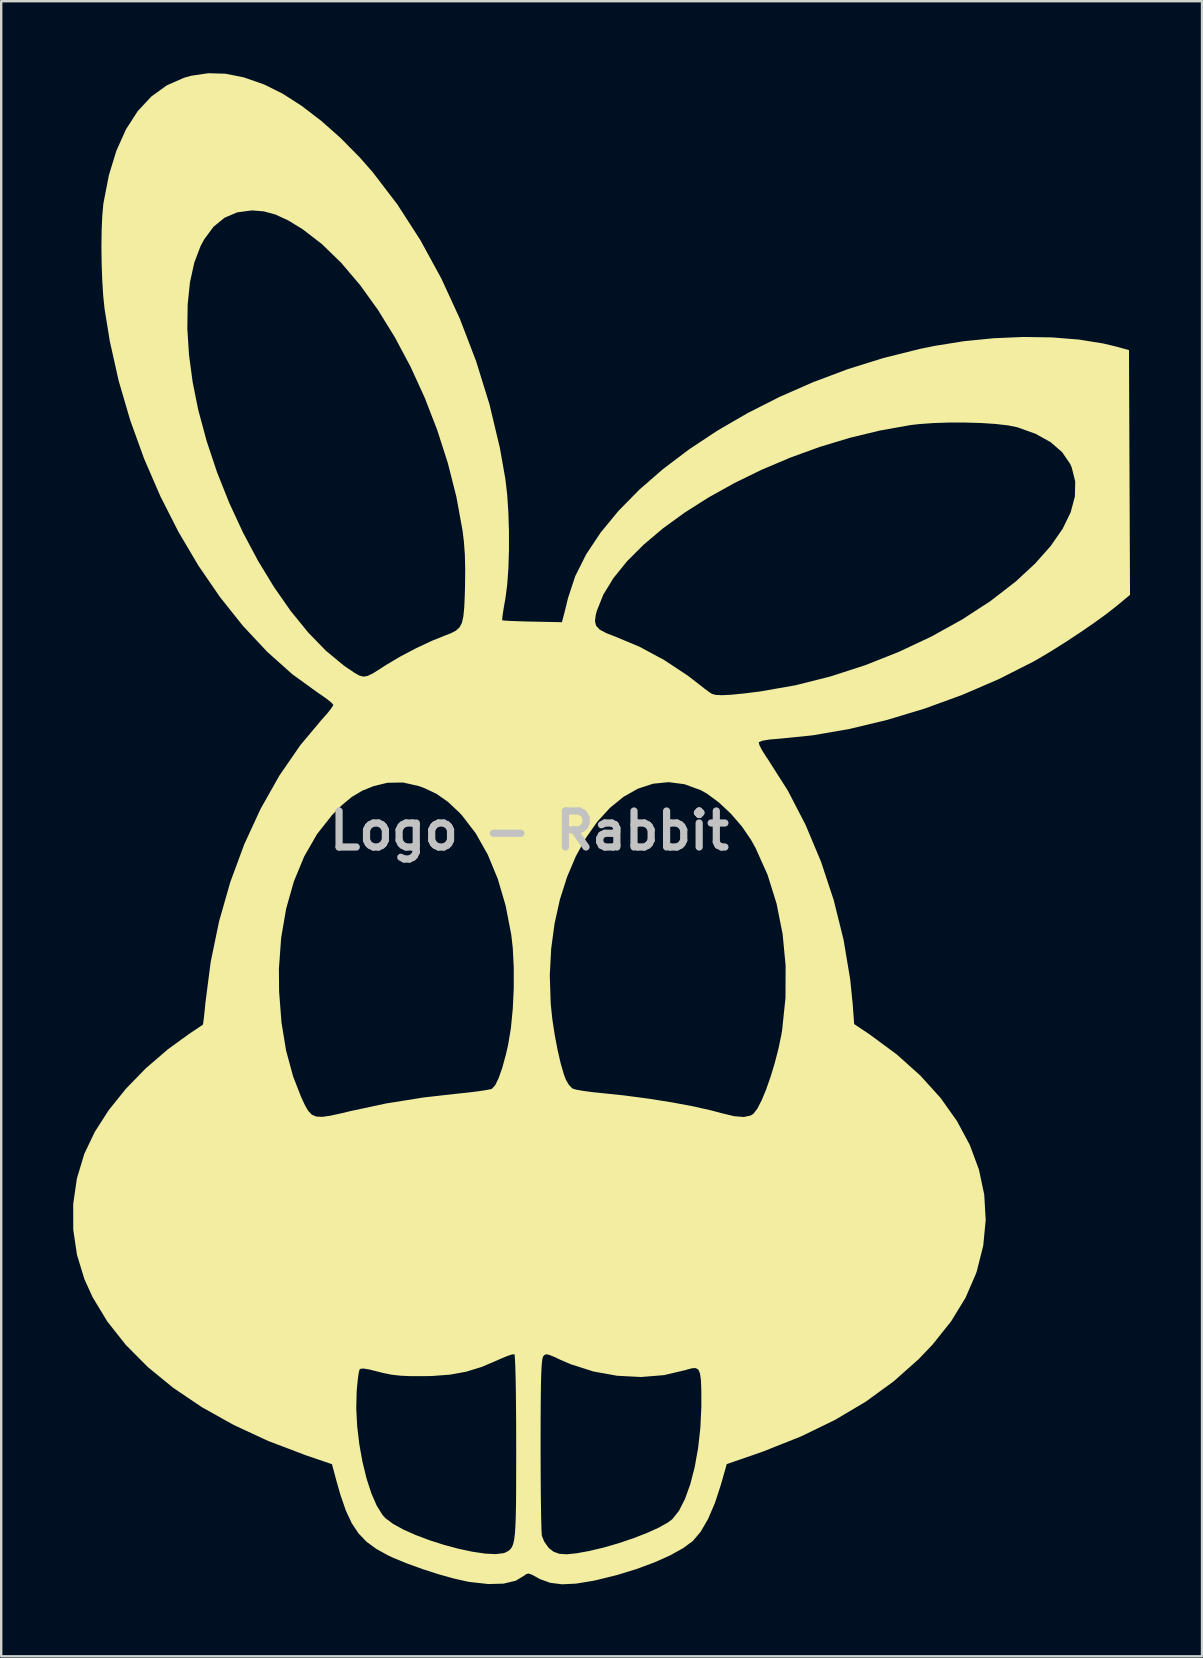
<source format=kicad_pcb>
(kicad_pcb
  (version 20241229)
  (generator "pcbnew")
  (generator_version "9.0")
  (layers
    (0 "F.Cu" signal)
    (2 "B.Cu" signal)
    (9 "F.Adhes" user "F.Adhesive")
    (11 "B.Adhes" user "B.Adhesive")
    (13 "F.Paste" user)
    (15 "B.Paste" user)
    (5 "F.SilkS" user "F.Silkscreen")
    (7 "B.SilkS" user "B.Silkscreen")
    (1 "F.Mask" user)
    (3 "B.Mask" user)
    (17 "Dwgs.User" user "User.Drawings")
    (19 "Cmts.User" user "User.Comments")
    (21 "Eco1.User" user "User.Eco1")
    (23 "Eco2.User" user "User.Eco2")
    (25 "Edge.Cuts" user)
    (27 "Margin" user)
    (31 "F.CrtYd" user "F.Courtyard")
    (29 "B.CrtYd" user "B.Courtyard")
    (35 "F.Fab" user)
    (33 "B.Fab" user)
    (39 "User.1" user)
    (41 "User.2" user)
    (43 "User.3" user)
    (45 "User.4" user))
  (footprint "Logo - Rabbit"
    (layer "F.Cu")
    (at 19.004 31.556)
    (property "Reference" "Logo - Rabbit" (at 0 0 0) (layer "Dwgs.User") (effects (font (size 1.5 1.5) (thickness 0.3))))
    (attr board_only exclude_from_pos_files exclude_from_bom)
    (fp_poly (pts (xy -12.658 -31.535) (xy -11.9 -31.383) (xy -11.075 -31.096) (xy -11.024 -31.074) (xy -10.277 -30.702) (xy -9.485 -30.194) (xy -8.67 -29.57) (xy -7.856 -28.848) (xy -7.067 -28.047) (xy -6.527 -27.433) (xy -5.496 -26.083) (xy -4.54 -24.599) (xy -3.669 -23.003) (xy -2.894 -21.318) (xy -2.222 -19.564) (xy -1.664 -17.765) (xy -1.229 -15.941) (xy -1.001 -14.647) (xy -0.926 -14.005) (xy -0.877 -13.268) (xy -0.852 -12.481) (xy -0.852 -11.685) (xy -0.876 -10.923) (xy -0.926 -10.239) (xy -1 -9.675) (xy -1.009 -9.627) (xy -1.071 -9.275) (xy -1.115 -8.99) (xy -1.135 -8.81) (xy -1.132 -8.767) (xy -1.041 -8.754) (xy -0.811 -8.74) (xy -0.473 -8.727) (xy -0.059 -8.715) (xy 0.126 -8.711) (xy 1.353 -8.686) (xy 1.366 -8.731) (xy 2.731 -8.731) (xy 2.78 -8.536) (xy 2.931 -8.377) (xy 3.208 -8.229) (xy 3.573 -8.088) (xy 4.593 -7.661) (xy 5.619 -7.108) (xy 6.594 -6.463) (xy 7.07 -6.096) (xy 7.307 -5.909) (xy 7.512 -5.76) (xy 7.604 -5.701) (xy 7.76 -5.658) (xy 8.024 -5.646) (xy 8.41 -5.665) (xy 8.933 -5.717) (xy 9.606 -5.801) (xy 9.652 -5.808) (xy 11.086 -6.06) (xy 12.536 -6.425) (xy 13.978 -6.892) (xy 15.388 -7.45) (xy 16.745 -8.089) (xy 18.024 -8.798) (xy 19.203 -9.565) (xy 20.259 -10.381) (xy 21.065 -11.128) (xy 21.717 -11.863) (xy 22.212 -12.576) (xy 22.547 -13.264) (xy 22.723 -13.922) (xy 22.738 -14.547) (xy 22.59 -15.136) (xy 22.523 -15.286) (xy 22.194 -15.768) (xy 21.713 -16.186) (xy 21.087 -16.534) (xy 20.323 -16.808) (xy 20.32 -16.808) (xy 19.939 -16.885) (xy 19.428 -16.944) (xy 18.824 -16.984) (xy 18.164 -17.004) (xy 17.486 -17.004) (xy 16.828 -16.982) (xy 16.227 -16.939) (xy 15.87 -16.897) (xy 14.606 -16.672) (xy 13.342 -16.366) (xy 12.091 -15.987) (xy 10.865 -15.542) (xy 9.678 -15.039) (xy 8.542 -14.485) (xy 7.469 -13.888) (xy 6.473 -13.256) (xy 5.565 -12.597) (xy 4.76 -11.917) (xy 4.068 -11.226) (xy 3.504 -10.529) (xy 3.079 -9.836) (xy 2.806 -9.153) (xy 2.763 -8.985) (xy 2.731 -8.731) (xy 1.366 -8.731) (xy 1.41 -8.894) (xy 1.458 -9.081) (xy 1.53 -9.369) (xy 1.607 -9.688) (xy 1.907 -10.6) (xy 2.365 -11.515) (xy 2.971 -12.426) (xy 3.713 -13.326) (xy 4.58 -14.208) (xy 5.563 -15.063) (xy 6.649 -15.885) (xy 7.829 -16.666) (xy 9.091 -17.398) (xy 10.424 -18.074) (xy 11.818 -18.686) (xy 13.262 -19.228) (xy 14.745 -19.692) (xy 16.256 -20.069) (xy 16.869 -20.195) (xy 18.096 -20.392) (xy 19.342 -20.516) (xy 20.576 -20.569) (xy 21.768 -20.551) (xy 22.885 -20.461) (xy 23.898 -20.299) (xy 24.426 -20.173) (xy 24.977 -20.021) (xy 24.998 -14.924) (xy 25.02 -9.826) (xy 24.448 -9.351) (xy 24.044 -9.034) (xy 23.531 -8.663) (xy 22.949 -8.262) (xy 22.338 -7.86) (xy 21.737 -7.481) (xy 21.187 -7.154) (xy 20.99 -7.043) (xy 19.558 -6.317) (xy 18.042 -5.663) (xy 16.476 -5.092) (xy 14.891 -4.613) (xy 13.32 -4.237) (xy 11.795 -3.973) (xy 10.47 -3.839) (xy 10.007 -3.799) (xy 9.703 -3.749) (xy 9.562 -3.691) (xy 9.554 -3.678) (xy 9.581 -3.565) (xy 9.69 -3.355) (xy 9.858 -3.088) (xy 9.924 -2.993) (xy 10.762 -1.677) (xy 11.506 -0.24) (xy 12.148 1.291) (xy 12.677 2.89) (xy 13.085 4.532) (xy 13.363 6.189) (xy 13.468 7.226) (xy 13.528 8.054) (xy 14.173 8.486) (xy 15.301 9.318) (xy 16.286 10.2) (xy 17.124 11.127) (xy 17.811 12.093) (xy 18.346 13.091) (xy 18.726 14.115) (xy 18.947 15.159) (xy 19.008 16.217) (xy 18.906 17.283) (xy 18.637 18.35) (xy 18.6 18.458) (xy 18.167 19.457) (xy 17.566 20.439) (xy 16.797 21.403) (xy 16.215 22.013) (xy 15.176 22.937) (xy 14.02 23.778) (xy 12.736 24.541) (xy 11.315 25.232) (xy 9.747 25.856) (xy 9.359 25.993) (xy 8.22 26.385) (xy 7.982 27.226) (xy 7.727 28.009) (xy 7.44 28.676) (xy 7.131 29.207) (xy 6.808 29.588) (xy 6.802 29.593) (xy 6.4 29.889) (xy 5.857 30.19) (xy 5.199 30.483) (xy 4.454 30.759) (xy 3.649 31.006) (xy 2.81 31.213) (xy 2.648 31.248) (xy 1.943 31.364) (xy 1.359 31.392) (xy 0.869 31.331) (xy 0.448 31.179) (xy 0.336 31.118) (xy 0.102 30.989) (xy -0.039 30.943) (xy -0.139 30.971) (xy -0.201 31.021) (xy -0.571 31.244) (xy -1.074 31.364) (xy -1.708 31.382) (xy -2.471 31.297) (xy -2.606 31.274) (xy -3.143 31.153) (xy -3.775 30.977) (xy -4.442 30.762) (xy -5.088 30.529) (xy -5.655 30.297) (xy -5.887 30.189) (xy -6.381 29.916) (xy -6.787 29.618) (xy -7.121 29.27) (xy -7.402 28.846) (xy -7.646 28.322) (xy -7.871 27.672) (xy -8.034 27.101) (xy -8.225 26.389) (xy -9.309 26.019) (xy -10.871 25.426) (xy -12.317 24.756) (xy -13.557 24.063) (xy -7.213 24.063) (xy -7.175 24.805) (xy -7.086 25.557) (xy -6.954 26.293) (xy -6.785 26.983) (xy -6.585 27.601) (xy -6.36 28.118) (xy -6.117 28.507) (xy -5.998 28.637) (xy -5.683 28.873) (xy -5.252 29.111) (xy -4.736 29.341) (xy -4.161 29.557) (xy -3.557 29.75) (xy -2.951 29.912) (xy -2.371 30.036) (xy -1.846 30.113) (xy -1.405 30.135) (xy -1.074 30.095) (xy -0.969 30.054) (xy -0.874 29.999) (xy -0.794 29.933) (xy -0.729 29.843) (xy -0.676 29.714) (xy -0.635 29.53) (xy -0.604 29.278) (xy -0.582 28.943) (xy -0.567 28.509) (xy -0.557 27.962) (xy -0.553 27.288) (xy -0.551 26.471) (xy -0.55 25.663) (xy -0.551 25.575) (xy 0.466 25.575) (xy 0.467 26.342) (xy 0.471 27.065) (xy 0.476 27.723) (xy 0.484 28.299) (xy 0.493 28.772) (xy 0.503 29.122) (xy 0.514 29.332) (xy 0.52 29.374) (xy 0.616 29.612) (xy 0.785 29.853) (xy 0.822 29.892) (xy 1.015 30.04) (xy 1.25 30.122) (xy 1.559 30.142) (xy 1.969 30.1) (xy 2.478 30.007) (xy 3.095 29.861) (xy 3.727 29.678) (xy 4.341 29.47) (xy 4.907 29.25) (xy 5.392 29.029) (xy 5.766 28.82) (xy 5.954 28.677) (xy 6.23 28.331) (xy 6.48 27.839) (xy 6.701 27.225) (xy 6.885 26.512) (xy 7.027 25.723) (xy 7.121 24.882) (xy 7.162 24.01) (xy 7.163 23.841) (xy 7.16 23.289) (xy 7.145 22.886) (xy 7.108 22.615) (xy 7.041 22.454) (xy 6.933 22.386) (xy 6.777 22.391) (xy 6.562 22.449) (xy 6.507 22.467) (xy 5.611 22.678) (xy 4.649 22.757) (xy 3.656 22.705) (xy 2.667 22.527) (xy 1.717 22.224) (xy 1.315 22.05) (xy 1.002 21.905) (xy 0.805 21.828) (xy 0.687 21.812) (xy 0.614 21.85) (xy 0.574 21.898) (xy 0.546 21.974) (xy 0.523 22.127) (xy 0.504 22.369) (xy 0.49 22.714) (xy 0.479 23.175) (xy 0.472 23.763) (xy 0.467 24.493) (xy 0.466 25.377) (xy 0.466 25.575) (xy -0.551 25.575) (xy -0.552 24.837) (xy -0.557 24.079) (xy -0.564 23.404) (xy -0.574 22.828) (xy -0.587 22.365) (xy -0.601 22.032) (xy -0.616 21.844) (xy -0.627 21.807) (xy -0.734 21.819) (xy -0.951 21.893) (xy -1.236 22.013) (xy -1.325 22.055) (xy -1.996 22.34) (xy -2.637 22.537) (xy -3.304 22.658) (xy -4.053 22.715) (xy -4.445 22.722) (xy -4.976 22.72) (xy -5.389 22.701) (xy -5.736 22.661) (xy -6.069 22.595) (xy -6.3 22.536) (xy -6.671 22.443) (xy -6.908 22.404) (xy -7.038 22.415) (xy -7.075 22.445) (xy -7.108 22.57) (xy -7.145 22.821) (xy -7.179 23.155) (xy -7.196 23.36) (xy -7.213 24.063) (xy -13.557 24.063) (xy -13.641 24.016) (xy -14.836 23.21) (xy -15.895 22.343) (xy -16.813 21.42) (xy -17.583 20.446) (xy -18.199 19.427) (xy -18.538 18.68) (xy -18.847 17.669) (xy -19.003 16.615) (xy -19.004 15.545) (xy -18.851 14.486) (xy -18.544 13.466) (xy -18.534 13.442) (xy -18.105 12.545) (xy -17.526 11.642) (xy -16.815 10.756) (xy -15.988 9.904) (xy -15.065 9.109) (xy -14.182 8.468) (xy -13.919 8.293) (xy -13.717 8.157) (xy -13.611 8.086) (xy -13.604 8.081) (xy -13.586 7.993) (xy -13.558 7.773) (xy -13.524 7.457) (xy -13.499 7.184) (xy -13.313 5.745) (xy -10.435 5.745) (xy -10.428 6.689) (xy -10.328 7.99) (xy -10.134 9.165) (xy -9.844 10.234) (xy -9.512 11.087) (xy -9.355 11.425) (xy -9.216 11.669) (xy -9.066 11.827) (xy -8.878 11.908) (xy -8.624 11.919) (xy -8.277 11.868) (xy -7.809 11.765) (xy -7.478 11.685) (xy -5.962 11.36) (xy -4.4 11.111) (xy -3.057 10.959) (xy -2.588 10.91) (xy -2.17 10.859) (xy -1.836 10.81) (xy -1.619 10.769) (xy -1.56 10.749) (xy -1.424 10.599) (xy -1.277 10.296) (xy -1.125 9.857) (xy -0.973 9.298) (xy -0.886 8.914) (xy -0.771 8.221) (xy -0.693 7.417) (xy -0.652 6.558) (xy -0.652 6.026) (xy 0.849 6.026) (xy 0.886 7.17) (xy 0.892 7.259) (xy 0.956 7.859) (xy 1.052 8.492) (xy 1.17 9.115) (xy 1.301 9.684) (xy 1.437 10.154) (xy 1.515 10.362) (xy 1.64 10.581) (xy 1.785 10.733) (xy 1.803 10.743) (xy 1.952 10.787) (xy 2.228 10.836) (xy 2.589 10.885) (xy 2.932 10.921) (xy 3.953 11.028) (xy 4.964 11.162) (xy 5.931 11.315) (xy 6.82 11.481) (xy 7.595 11.656) (xy 8.001 11.766) (xy 8.533 11.893) (xy 8.937 11.925) (xy 9.224 11.862) (xy 9.334 11.79) (xy 9.493 11.581) (xy 9.672 11.235) (xy 9.86 10.782) (xy 10.046 10.252) (xy 10.221 9.675) (xy 10.374 9.081) (xy 10.495 8.499) (xy 10.529 8.297) (xy 10.668 6.958) (xy 10.673 5.619) (xy 10.548 4.303) (xy 10.295 3.034) (xy 9.92 1.835) (xy 9.426 0.73) (xy 9.235 0.385) (xy 8.857 -0.171) (xy 8.398 -0.703) (xy 7.898 -1.174) (xy 7.394 -1.546) (xy 7.134 -1.691) (xy 6.462 -1.937) (xy 5.798 -2.023) (xy 5.149 -1.958) (xy 4.522 -1.752) (xy 3.922 -1.414) (xy 3.356 -0.953) (xy 2.832 -0.38) (xy 2.354 0.298) (xy 1.931 1.071) (xy 1.568 1.929) (xy 1.271 2.862) (xy 1.049 3.863) (xy 0.906 4.92) (xy 0.849 6.026) (xy -0.652 6.026) (xy -0.652 5.699) (xy -0.692 4.896) (xy -0.755 4.338) (xy -0.989 3.127) (xy -1.317 2.009) (xy -1.734 0.999) (xy -2.233 0.112) (xy -2.808 -0.638) (xy -2.921 -0.759) (xy -3.4 -1.208) (xy -3.872 -1.537) (xy -4.396 -1.784) (xy -4.605 -1.86) (xy -5.265 -2.009) (xy -5.912 -1.998) (xy -6.494 -1.857) (xy -6.971 -1.663) (xy -7.398 -1.407) (xy -7.819 -1.059) (xy -8.217 -0.657) (xy -8.849 0.145) (xy -9.382 1.072) (xy -9.811 2.111) (xy -10.133 3.245) (xy -10.342 4.462) (xy -10.435 5.745) (xy -13.313 5.745) (xy -13.277 5.466) (xy -12.929 3.78) (xy -12.462 2.144) (xy -11.882 0.573) (xy -11.197 -0.913) (xy -10.414 -2.3) (xy -9.539 -3.569) (xy -8.652 -4.626) (xy -8.43 -4.875) (xy -8.263 -5.085) (xy -8.176 -5.219) (xy -8.17 -5.24) (xy -8.237 -5.326) (xy -8.416 -5.473) (xy -8.672 -5.655) (xy -8.784 -5.728) (xy -9.872 -6.515) (xy -10.925 -7.455) (xy -11.934 -8.534) (xy -12.892 -9.736) (xy -13.791 -11.047) (xy -14.622 -12.453) (xy -15.377 -13.94) (xy -16.049 -15.493) (xy -16.629 -17.098) (xy -17.11 -18.74) (xy -17.482 -20.404) (xy -17.563 -20.907) (xy -14.25 -20.907) (xy -14.18 -19.822) (xy -14.028 -18.685) (xy -13.797 -17.537) (xy -13.445 -16.23) (xy -13.011 -14.929) (xy -12.503 -13.654) (xy -11.931 -12.42) (xy -11.307 -11.247) (xy -10.64 -10.151) (xy -9.941 -9.15) (xy -9.219 -8.262) (xy -8.484 -7.504) (xy -7.747 -6.893) (xy -7.591 -6.784) (xy -7.305 -6.591) (xy -7.095 -6.468) (xy -6.922 -6.419) (xy -6.745 -6.446) (xy -6.527 -6.551) (xy -6.226 -6.739) (xy -5.979 -6.899) (xy -5.383 -7.254) (xy -4.71 -7.608) (xy -4.034 -7.923) (xy -3.528 -8.127) (xy -3.258 -8.232) (xy -3.056 -8.338) (xy -2.911 -8.472) (xy -2.813 -8.658) (xy -2.752 -8.923) (xy -2.715 -9.291) (xy -2.693 -9.787) (xy -2.683 -10.148) (xy -2.674 -10.882) (xy -2.689 -11.5) (xy -2.73 -12.056) (xy -2.789 -12.522) (xy -3.044 -13.916) (xy -3.397 -15.311) (xy -3.839 -16.688) (xy -4.359 -18.032) (xy -4.95 -19.325) (xy -5.602 -20.55) (xy -6.306 -21.691) (xy -7.053 -22.73) (xy -7.835 -23.651) (xy -8.642 -24.436) (xy -9.449 -25.058) (xy -10.046 -25.423) (xy -10.573 -25.667) (xy -11.065 -25.802) (xy -11.556 -25.84) (xy -11.566 -25.84) (xy -12.175 -25.759) (xy -12.705 -25.533) (xy -13.161 -25.158) (xy -13.551 -24.63) (xy -13.701 -24.35) (xy -13.961 -23.663) (xy -14.14 -22.848) (xy -14.236 -21.922) (xy -14.25 -20.907) (xy -17.563 -20.907) (xy -17.699 -21.748) (xy -17.755 -22.292) (xy -17.795 -22.932) (xy -17.82 -23.626) (xy -17.829 -24.33) (xy -17.82 -25.002) (xy -17.795 -25.6) (xy -17.752 -26.08) (xy -17.742 -26.158) (xy -17.517 -27.311) (xy -17.204 -28.333) (xy -16.803 -29.222) (xy -16.319 -29.973) (xy -15.753 -30.583) (xy -15.107 -31.05) (xy -14.384 -31.368) (xy -14.09 -31.45) (xy -13.379 -31.556)) (stroke (width 0) (type solid)) (fill yes) (layer "F.SilkS")))
  (gr_rect
    (start -3 -3)
    (end 47.024 65.948)
    (stroke (width 0.1) (type default))
    (fill no)
    (layer "Edge.Cuts")))
</source>
